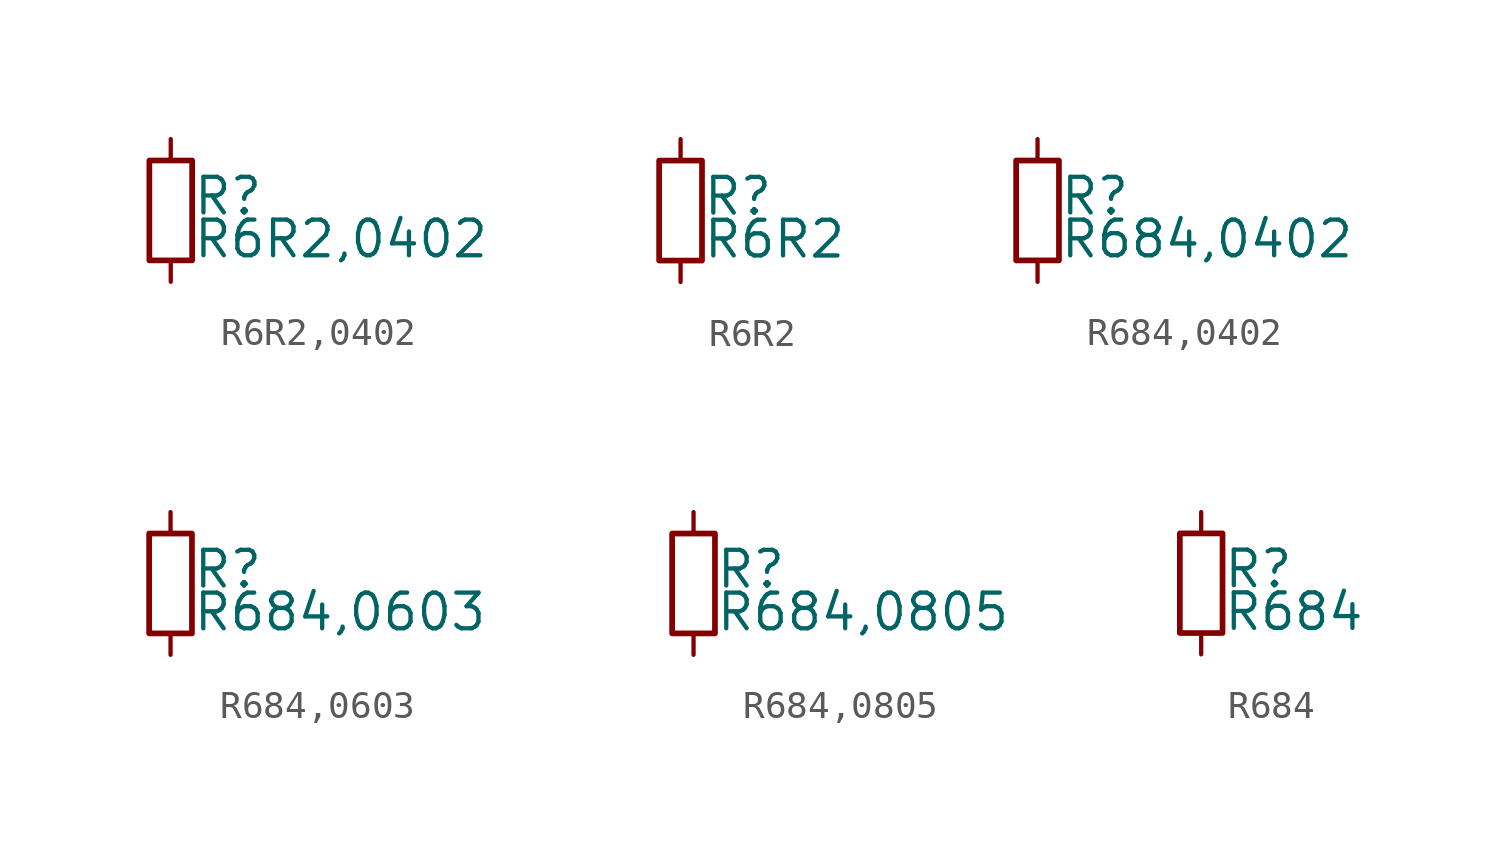
<source format=kicad_sym>
(kicad_symbol_lib
  (version 20211014)
  (generator kicad_symbol_editor)
  (symbol "R6R2,0402"
    (pin_numbers hide)
    (pin_names
      (offset 0.254) hide)
    (property "Reference" "R"
      (at 0.762 0.508 0)
      (effects (font (size 1.27 1.27)) (justify left)))
    (property "Value" "R6R2,0402"
      (at 0.762 -1.016 0)
      (effects (font (size 1.27 1.27)) (justify left)))
    (symbol "R6R2,0402_0_1"
      (rectangle (start -0.762 1.778) (end 0.762 -1.778) (stroke (width 0.203) (type default) (color 0 0 0 0)) (fill (type none))))
    (symbol "R6R2,0402_1_1"
      (pin passive line (at 0 2.54 270) (length 0.762) (name "~" (effects (font (size 1.27 1.27)))) (number "1" (effects (font (size 1.27 1.27)))))
      (pin passive line (at 0 -2.54 90) (length 0.762) (name "~" (effects (font (size 1.27 1.27)))) (number "2" (effects (font (size 1.27 1.27)))))))
  (symbol "R6R2"
    (pin_numbers hide)
    (pin_names
      (offset 0.254) hide)
    (property "Reference" "R"
      (at 0.762 0.508 0)
      (effects (font (size 1.27 1.27)) (justify left)))
    (property "Value" "R6R2"
      (at 0.762 -1.016 0)
      (effects (font (size 1.27 1.27)) (justify left)))
    (symbol "R6R2_0_1"
      (rectangle (start -0.762 1.778) (end 0.762 -1.778) (stroke (width 0.203) (type default) (color 0 0 0 0)) (fill (type none))))
    (symbol "R6R2_1_1"
      (pin passive line (at 0 2.54 270) (length 0.762) (name "~" (effects (font (size 1.27 1.27)))) (number "1" (effects (font (size 1.27 1.27)))))
      (pin passive line (at 0 -2.54 90) (length 0.762) (name "~" (effects (font (size 1.27 1.27)))) (number "2" (effects (font (size 1.27 1.27)))))))
  (symbol "R684,0402"
    (pin_numbers hide)
    (pin_names
      (offset 0.254) hide)
    (property "Reference" "R"
      (at 0.762 0.508 0)
      (effects (font (size 1.27 1.27)) (justify left)))
    (property "Value" "R684,0402"
      (at 0.762 -1.016 0)
      (effects (font (size 1.27 1.27)) (justify left)))
    (symbol "R684,0402_0_1"
      (rectangle (start -0.762 1.778) (end 0.762 -1.778) (stroke (width 0.203) (type default) (color 0 0 0 0)) (fill (type none))))
    (symbol "R684,0402_1_1"
      (pin passive line (at 0 2.54 270) (length 0.762) (name "~" (effects (font (size 1.27 1.27)))) (number "1" (effects (font (size 1.27 1.27)))))
      (pin passive line (at 0 -2.54 90) (length 0.762) (name "~" (effects (font (size 1.27 1.27)))) (number "2" (effects (font (size 1.27 1.27)))))))
  (symbol "R684,0603"
    (pin_numbers hide)
    (pin_names
      (offset 0.254) hide)
    (property "Reference" "R"
      (at 0.762 0.508 0)
      (effects (font (size 1.27 1.27)) (justify left)))
    (property "Value" "R684,0603"
      (at 0.762 -1.016 0)
      (effects (font (size 1.27 1.27)) (justify left)))
    (symbol "R684,0603_0_1"
      (rectangle (start -0.762 1.778) (end 0.762 -1.778) (stroke (width 0.203) (type default) (color 0 0 0 0)) (fill (type none))))
    (symbol "R684,0603_1_1"
      (pin passive line (at 0 2.54 270) (length 0.762) (name "~" (effects (font (size 1.27 1.27)))) (number "1" (effects (font (size 1.27 1.27)))))
      (pin passive line (at 0 -2.54 90) (length 0.762) (name "~" (effects (font (size 1.27 1.27)))) (number "2" (effects (font (size 1.27 1.27)))))))
  (symbol "R684,0805"
    (pin_numbers hide)
    (pin_names
      (offset 0.254) hide)
    (property "Reference" "R"
      (at 0.762 0.508 0)
      (effects (font (size 1.27 1.27)) (justify left)))
    (property "Value" "R684,0805"
      (at 0.762 -1.016 0)
      (effects (font (size 1.27 1.27)) (justify left)))
    (symbol "R684,0805_0_1"
      (rectangle (start -0.762 1.778) (end 0.762 -1.778) (stroke (width 0.203) (type default) (color 0 0 0 0)) (fill (type none))))
    (symbol "R684,0805_1_1"
      (pin passive line (at 0 2.54 270) (length 0.762) (name "~" (effects (font (size 1.27 1.27)))) (number "1" (effects (font (size 1.27 1.27)))))
      (pin passive line (at 0 -2.54 90) (length 0.762) (name "~" (effects (font (size 1.27 1.27)))) (number "2" (effects (font (size 1.27 1.27)))))))
  (symbol "R684"
    (pin_numbers hide)
    (pin_names
      (offset 0.254) hide)
    (property "Reference" "R"
      (at 0.762 0.508 0)
      (effects (font (size 1.27 1.27)) (justify left)))
    (property "Value" "R684"
      (at 0.762 -1.016 0)
      (effects (font (size 1.27 1.27)) (justify left)))
    (symbol "R684_0_1"
      (rectangle (start -0.762 1.778) (end 0.762 -1.778) (stroke (width 0.203) (type default) (color 0 0 0 0)) (fill (type none))))
    (symbol "R684_1_1"
      (pin passive line (at 0 2.54 270) (length 0.762) (name "~" (effects (font (size 1.27 1.27)))) (number "1" (effects (font (size 1.27 1.27)))))
      (pin passive line (at 0 -2.54 90) (length 0.762) (name "~" (effects (font (size 1.27 1.27)))) (number "2" (effects (font (size 1.27 1.27))))))))
</source>
